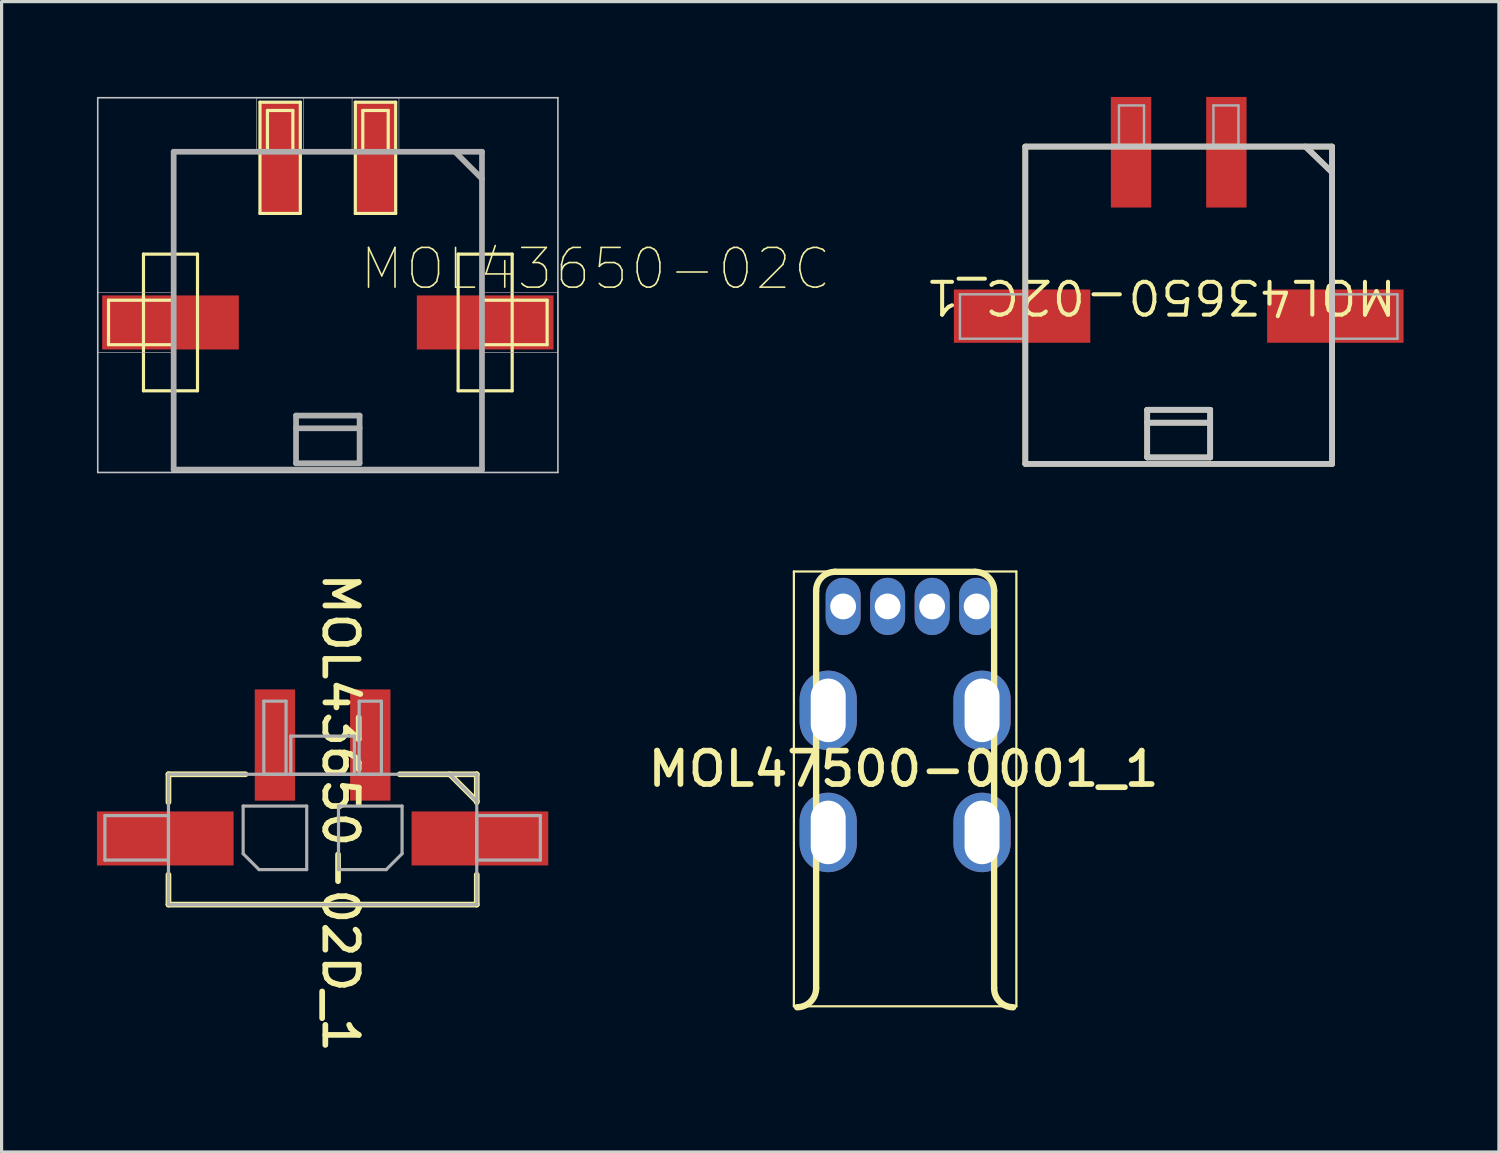
<source format=kicad_pcb>
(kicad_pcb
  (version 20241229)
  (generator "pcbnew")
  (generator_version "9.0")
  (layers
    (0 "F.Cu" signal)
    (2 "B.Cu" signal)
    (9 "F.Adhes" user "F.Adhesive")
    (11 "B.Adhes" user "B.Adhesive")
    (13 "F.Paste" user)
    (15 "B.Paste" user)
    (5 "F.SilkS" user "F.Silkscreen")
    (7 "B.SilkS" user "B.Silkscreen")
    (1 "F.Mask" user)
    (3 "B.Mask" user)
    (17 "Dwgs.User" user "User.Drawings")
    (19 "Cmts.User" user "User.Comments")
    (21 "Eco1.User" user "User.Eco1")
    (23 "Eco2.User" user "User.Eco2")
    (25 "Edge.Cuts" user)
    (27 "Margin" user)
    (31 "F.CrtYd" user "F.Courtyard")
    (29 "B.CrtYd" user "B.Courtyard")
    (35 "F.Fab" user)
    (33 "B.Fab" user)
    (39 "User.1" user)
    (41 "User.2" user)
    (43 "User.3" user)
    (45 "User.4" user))
  (footprint "MOL47500-0001_1"
    (layer "F.Cu")
    (at 25.577 23.14)
    (property "Reference" "MOL47500-0001_1" (at -0.2 -2 180) (layer "F.SilkS") (effects (font (size 1.05 1.104) (thickness 0.18))))
    (attr through_hole)
    (fp_line (start -3.65 -8.21) (end -3.65 5.47) (stroke (width 0.07) (type solid)) (layer "F.SilkS"))
    (fp_line (start -3.65 5.47) (end 3.35 5.47) (stroke (width 0.07) (type solid)) (layer "F.SilkS"))
    (fp_line (start -2.95 4.9) (end -2.95 -7.6) (stroke (width 0.2) (type solid)) (layer "F.SilkS"))
    (fp_line (start 2.05 -8.2) (end -2.35 -8.2) (stroke (width 0.2) (type solid)) (layer "F.SilkS"))
    (fp_line (start 2.65 4.9) (end 2.65 -7.6) (stroke (width 0.2) (type solid)) (layer "F.SilkS"))
    (fp_line (start 3.35 -8.21) (end -3.65 -8.21) (stroke (width 0.07) (type solid)) (layer "F.SilkS"))
    (fp_line (start 3.35 5.47) (end 3.35 -8.21) (stroke (width 0.07) (type solid)) (layer "F.SilkS"))
    (fp_arc (start -2.95 -7.6) (mid -2.774264 -8.024264) (end -2.35 -8.2) (stroke (width 0.2) (type solid)) (layer "F.SilkS"))
    (fp_arc (start -2.95 4.9) (mid -3.125736 5.324264) (end -3.55 5.5) (stroke (width 0.2) (type solid)) (layer "F.SilkS"))
    (fp_arc (start 2.05 -8.2) (mid 2.474264 -8.024264) (end 2.65 -7.6) (stroke (width 0.2) (type solid)) (layer "F.SilkS"))
    (fp_arc (start 3.25 5.5) (mid 2.825736 5.324264) (end 2.65 4.9) (stroke (width 0.2) (type solid)) (layer "F.SilkS"))
    (pad "1" thru_hole oval (at 2.1 -7.11) (size 1.1 1.8) (drill 0.813) (layers "*.Cu" "*.Mask"))
    (pad "2" thru_hole oval (at 0.7 -7.11) (size 1.1 1.8) (drill 0.813) (layers "*.Cu" "*.Mask"))
    (pad "3" thru_hole oval (at -0.7 -7.11) (size 1.1 1.8) (drill 0.813) (layers "*.Cu" "*.Mask"))
    (pad "4" thru_hole oval (at -2.1 -7.11) (size 1.1 1.8) (drill 0.813) (layers "*.Cu" "*.Mask"))
    (pad "5" thru_hole oval (at 2.27 -3.84) (size 1.8 2.5) (drill oval 1.1 2) (layers "*.Cu" "*.Mask"))
    (pad "6" thru_hole oval (at -2.57 -3.84) (size 1.8 2.5) (drill oval 1.1 2) (layers "*.Cu" "*.Mask"))
    (pad "7" thru_hole oval (at 2.27 0) (size 1.8 2.5) (drill oval 1.1 2) (layers "*.Cu" "*.Mask"))
    (pad "8" thru_hole oval (at -2.57 0) (size 1.8 2.5) (drill oval 1.1 2) (layers "*.Cu" "*.Mask")))
  (footprint "MOL43650-02D_1"
    (layer "F.Cu")
    (at 7.1 23.33)
    (property "Reference" "MOL43650-02D_1" (at 0.562 -0.812 270) (unlocked yes) (layer "F.SilkS") (effects (font (size 1.05 1.104) (thickness 0.18))))
    (attr smd)
    (fp_line (start -4.85 -2.02) (end -2.425 -2.02) (stroke (width 0.18) (type solid)) (layer "F.SilkS"))
    (fp_line (start -4.85 -1.14) (end -4.85 -2.02) (stroke (width 0.18) (type solid)) (layer "F.SilkS"))
    (fp_line (start -4.85 2.08) (end -4.85 1.14) (stroke (width 0.18) (type solid)) (layer "F.SilkS"))
    (fp_line (start -4.85 2.08) (end 4.85 2.08) (stroke (width 0.18) (type solid)) (layer "F.SilkS"))
    (fp_line (start 2.425 -2.02) (end 4.85 -2.02) (stroke (width 0.18) (type solid)) (layer "F.SilkS"))
    (fp_line (start 4 -2.02) (end 4.85 -1.17) (stroke (width 0.18) (type solid)) (layer "F.SilkS"))
    (fp_line (start 4.85 -1.14) (end 4.85 -2.02) (stroke (width 0.18) (type solid)) (layer "F.SilkS"))
    (fp_line (start 4.85 2.08) (end 4.85 1.14) (stroke (width 0.18) (type solid)) (layer "F.SilkS"))
    (fp_line (start -6.85 -0.72) (end -4.85 -0.72) (stroke (width 0.1) (type solid)) (layer "F.Fab"))
    (fp_line (start -6.85 0.68) (end -6.85 -0.72) (stroke (width 0.1) (type solid)) (layer "F.Fab"))
    (fp_line (start -6.85 0.68) (end -4.85 0.68) (stroke (width 0.1) (type solid)) (layer "F.Fab"))
    (fp_line (start -4.85 -2.02) (end 4.85 -2.02) (stroke (width 0.1) (type solid)) (layer "F.Fab"))
    (fp_line (start -4.85 0.68) (end -4.85 -0.72) (stroke (width 0.1) (type solid)) (layer "F.Fab"))
    (fp_line (start -4.85 2.08) (end -4.85 -2.02) (stroke (width 0.1) (type solid)) (layer "F.Fab"))
    (fp_line (start -4.85 2.08) (end 4.85 2.08) (stroke (width 0.1) (type solid)) (layer "F.Fab"))
    (fp_line (start -2.5 -1.02) (end -0.5 -1.02) (stroke (width 0.1) (type solid)) (layer "F.Fab"))
    (fp_line (start -2.5 0.48) (end -2.5 -1.02) (stroke (width 0.1) (type solid)) (layer "F.Fab"))
    (fp_line (start -2.5 0.48) (end -2 0.98) (stroke (width 0.1) (type solid)) (layer "F.Fab"))
    (fp_line (start -2 0.98) (end -0.5 0.98) (stroke (width 0.1) (type solid)) (layer "F.Fab"))
    (fp_line (start -1.85 -4.32) (end -1.15 -4.32) (stroke (width 0.1) (type solid)) (layer "F.Fab"))
    (fp_line (start -1.85 -2.02) (end -1.85 -4.32) (stroke (width 0.1) (type solid)) (layer "F.Fab"))
    (fp_line (start -1.85 -2.02) (end -1.15 -2.02) (stroke (width 0.1) (type solid)) (layer "F.Fab"))
    (fp_line (start -1.15 -2.02) (end -1.15 -4.32) (stroke (width 0.1) (type solid)) (layer "F.Fab"))
    (fp_line (start -1 -3.22) (end 1 -3.22) (stroke (width 0.1) (type solid)) (layer "F.Fab"))
    (fp_line (start -1 -2.02) (end -1 -3.22) (stroke (width 0.1) (type solid)) (layer "F.Fab"))
    (fp_line (start -1 -2.02) (end 1 -2.02) (stroke (width 0.1) (type solid)) (layer "F.Fab"))
    (fp_line (start -0.5 0.98) (end -0.5 -1.02) (stroke (width 0.1) (type solid)) (layer "F.Fab"))
    (fp_line (start 0.5 -1.02) (end 2.5 -1.02) (stroke (width 0.1) (type solid)) (layer "F.Fab"))
    (fp_line (start 0.5 0.98) (end 0.5 -1.02) (stroke (width 0.1) (type solid)) (layer "F.Fab"))
    (fp_line (start 0.5 0.98) (end 2 0.98) (stroke (width 0.1) (type solid)) (layer "F.Fab"))
    (fp_line (start 1 -2.02) (end 1 -3.22) (stroke (width 0.1) (type solid)) (layer "F.Fab"))
    (fp_line (start 1.15 -4.32) (end 1.85 -4.32) (stroke (width 0.1) (type solid)) (layer "F.Fab"))
    (fp_line (start 1.15 -2.02) (end 1.15 -4.32) (stroke (width 0.1) (type solid)) (layer "F.Fab"))
    (fp_line (start 1.15 -2.02) (end 1.85 -2.02) (stroke (width 0.1) (type solid)) (layer "F.Fab"))
    (fp_line (start 1.85 -2.02) (end 1.85 -4.32) (stroke (width 0.1) (type solid)) (layer "F.Fab"))
    (fp_line (start 2 0.98) (end 2.5 0.48) (stroke (width 0.1) (type solid)) (layer "F.Fab"))
    (fp_line (start 2.5 0.48) (end 2.5 -1.02) (stroke (width 0.1) (type solid)) (layer "F.Fab"))
    (fp_line (start 4 -2.02) (end 4.85 -1.17) (stroke (width 0.1) (type solid)) (layer "F.Fab"))
    (fp_line (start 4.85 -0.72) (end 6.85 -0.72) (stroke (width 0.1) (type solid)) (layer "F.Fab"))
    (fp_line (start 4.85 0.68) (end 4.85 -0.72) (stroke (width 0.1) (type solid)) (layer "F.Fab"))
    (fp_line (start 4.85 0.68) (end 6.85 0.68) (stroke (width 0.1) (type solid)) (layer "F.Fab"))
    (fp_line (start 4.85 2.08) (end 4.85 -2.02) (stroke (width 0.1) (type solid)) (layer "F.Fab"))
    (fp_line (start 6.85 0.68) (end 6.85 -0.72) (stroke (width 0.1) (type solid)) (layer "F.Fab"))
    (pad "1" smd rect (at 1.5 -2.94) (size 1.27 3.5) (layers "F.Cu" "F.Mask" "F.Paste"))
    (pad "2" smd rect (at -1.5 -2.94) (size 1.27 3.5) (layers "F.Cu" "F.Mask" "F.Paste"))
    (pad "3" smd rect (at -4.95 0 90) (size 1.7 4.3) (layers "F.Cu" "F.Mask" "F.Paste"))
    (pad "4" smd rect (at 4.95 0 90) (size 1.7 4.3) (layers "F.Cu" "F.Mask" "F.Paste")))
  (footprint "MOL43650-02C"
    (placed yes)
    (layer "F.Cu")
    (at 7.264 1.915)
    (property "Reference" "MOL43650-02C" (at 0.95 4.225 180) (layer "F.SilkS") (effects (font (size 1.25 1.25) (thickness 0.05)) (justify left bottom)))
    (attr through_hole)
    (fp_line (start -6.9 4.48) (end -4.85 4.48) (stroke (width 0.1) (type solid)) (layer "F.SilkS"))
    (fp_line (start -6.9 5.88) (end -6.9 4.48) (stroke (width 0.1) (type solid)) (layer "F.SilkS"))
    (fp_line (start -5.8 3.03) (end -5.8 7.33) (stroke (width 0.1) (type solid)) (layer "F.SilkS"))
    (fp_line (start -5.8 7.33) (end -4.1 7.33) (stroke (width 0.1) (type solid)) (layer "F.SilkS"))
    (fp_line (start -4.85 -0.19) (end -4.85 9.81) (stroke (width 0.1) (type solid)) (layer "F.SilkS"))
    (fp_line (start -4.85 4.48) (end -4.85 5.88) (stroke (width 0.1) (type solid)) (layer "F.SilkS"))
    (fp_line (start -4.85 5.88) (end -6.9 5.88) (stroke (width 0.1) (type solid)) (layer "F.SilkS"))
    (fp_line (start -4.85 9.81) (end 4.85 9.81) (stroke (width 0.1) (type solid)) (layer "F.SilkS"))
    (fp_line (start -4.1 3.03) (end -5.8 3.03) (stroke (width 0.1) (type solid)) (layer "F.SilkS"))
    (fp_line (start -4.1 7.33) (end -4.1 3.03) (stroke (width 0.1) (type solid)) (layer "F.SilkS"))
    (fp_line (start -2.135 -1.75) (end -2.135 1.75) (stroke (width 0.1) (type solid)) (layer "F.SilkS"))
    (fp_line (start -2.135 1.75) (end -0.865 1.75) (stroke (width 0.1) (type solid)) (layer "F.SilkS"))
    (fp_line (start -1.9 -1.49) (end -1.1 -1.49) (stroke (width 0.1) (type solid)) (layer "F.SilkS"))
    (fp_line (start -1.9 -0.19) (end -1.9 -1.49) (stroke (width 0.1) (type solid)) (layer "F.SilkS"))
    (fp_line (start -1.1 -1.49) (end -1.1 -0.19) (stroke (width 0.1) (type solid)) (layer "F.SilkS"))
    (fp_line (start -1 8.11) (end -1 9.61) (stroke (width 0.1) (type solid)) (layer "F.SilkS"))
    (fp_line (start -1 8.51) (end 1 8.51) (stroke (width 0.1) (type solid)) (layer "F.SilkS"))
    (fp_line (start -1 9.61) (end 1 9.61) (stroke (width 0.1) (type solid)) (layer "F.SilkS"))
    (fp_line (start -0.865 -1.75) (end -2.135 -1.75) (stroke (width 0.1) (type solid)) (layer "F.SilkS"))
    (fp_line (start -0.865 1.75) (end -0.865 -1.75) (stroke (width 0.1) (type solid)) (layer "F.SilkS"))
    (fp_line (start 0.865 -1.75) (end 0.865 1.75) (stroke (width 0.1) (type solid)) (layer "F.SilkS"))
    (fp_line (start 0.865 1.75) (end 2.135 1.75) (stroke (width 0.1) (type solid)) (layer "F.SilkS"))
    (fp_line (start 1 8.11) (end -1 8.11) (stroke (width 0.1) (type solid)) (layer "F.SilkS"))
    (fp_line (start 1 9.61) (end 1 8.11) (stroke (width 0.1) (type solid)) (layer "F.SilkS"))
    (fp_line (start 1.1 -1.49) (end 1.9 -1.49) (stroke (width 0.1) (type solid)) (layer "F.SilkS"))
    (fp_line (start 1.1 -0.19) (end 1.1 -1.49) (stroke (width 0.1) (type solid)) (layer "F.SilkS"))
    (fp_line (start 1.9 -1.49) (end 1.9 -0.19) (stroke (width 0.1) (type solid)) (layer "F.SilkS"))
    (fp_line (start 2.135 -1.75) (end 0.865 -1.75) (stroke (width 0.1) (type solid)) (layer "F.SilkS"))
    (fp_line (start 2.135 1.75) (end 2.135 -1.75) (stroke (width 0.1) (type solid)) (layer "F.SilkS"))
    (fp_line (start 4 -0.19) (end 4.85 0.66) (stroke (width 0.1) (type solid)) (layer "F.SilkS"))
    (fp_line (start 4.1 3.03) (end 4.1 7.33) (stroke (width 0.1) (type solid)) (layer "F.SilkS"))
    (fp_line (start 4.1 7.33) (end 5.8 7.33) (stroke (width 0.1) (type solid)) (layer "F.SilkS"))
    (fp_line (start 4.85 -0.19) (end -4.85 -0.19) (stroke (width 0.1) (type solid)) (layer "F.SilkS"))
    (fp_line (start 4.85 4.48) (end 6.9 4.48) (stroke (width 0.1) (type solid)) (layer "F.SilkS"))
    (fp_line (start 4.85 5.88) (end 4.85 4.48) (stroke (width 0.1) (type solid)) (layer "F.SilkS"))
    (fp_line (start 4.85 9.81) (end 4.85 -0.19) (stroke (width 0.1) (type solid)) (layer "F.SilkS"))
    (fp_line (start 5.8 3.03) (end 4.1 3.03) (stroke (width 0.1) (type solid)) (layer "F.SilkS"))
    (fp_line (start 5.8 7.33) (end 5.8 3.03) (stroke (width 0.1) (type solid)) (layer "F.SilkS"))
    (fp_line (start 6.9 4.48) (end 6.9 5.88) (stroke (width 0.1) (type solid)) (layer "F.SilkS"))
    (fp_line (start 6.9 5.88) (end 4.85 5.88) (stroke (width 0.1) (type solid)) (layer "F.SilkS"))
    (fp_line (start -7.239 -1.89) (end 7.239 -1.89) (stroke (width 0.05) (type solid)) (layer "Dwgs.User"))
    (fp_line (start -7.239 9.9) (end -7.239 -1.89) (stroke (width 0.05) (type solid)) (layer "Dwgs.User"))
    (fp_line (start 7.239 -1.89) (end 7.239 9.9) (stroke (width 0.05) (type solid)) (layer "Dwgs.User"))
    (fp_line (start 7.239 9.9) (end -7.239 9.9) (stroke (width 0.05) (type solid)) (layer "Dwgs.User"))
    (fp_line (start -4.85 -0.19) (end -4.85 9.81) (stroke (width 0.18) (type solid)) (layer "F.Fab"))
    (fp_line (start -4.85 9.81) (end 4.85 9.81) (stroke (width 0.18) (type solid)) (layer "F.Fab"))
    (fp_line (start -1 8.11) (end -1 9.61) (stroke (width 0.18) (type solid)) (layer "F.Fab"))
    (fp_line (start -1 8.51) (end 1 8.51) (stroke (width 0.18) (type solid)) (layer "F.Fab"))
    (fp_line (start -1 9.61) (end 1 9.61) (stroke (width 0.18) (type solid)) (layer "F.Fab"))
    (fp_line (start 1 8.11) (end -1 8.11) (stroke (width 0.18) (type solid)) (layer "F.Fab"))
    (fp_line (start 1 9.61) (end 1 8.11) (stroke (width 0.18) (type solid)) (layer "F.Fab"))
    (fp_line (start 4 -0.19) (end 4.85 0.66) (stroke (width 0.18) (type solid)) (layer "F.Fab"))
    (fp_line (start 4.85 -0.19) (end -4.85 -0.19) (stroke (width 0.18) (type solid)) (layer "F.Fab"))
    (fp_line (start 4.85 9.81) (end 4.85 -0.19) (stroke (width 0.18) (type solid)) (layer "F.Fab"))
    (fp_poly (pts (xy -1 9.61) (xy -1 8.11) (xy 1 8.11) (xy 1 9.61)) (stroke (width 0.02) (type solid)) (fill no) (layer "F.Fab"))
    (fp_poly (pts (xy -4.85 9.81) (xy -4.85 6.12) (xy -7.239 6.12) (xy -7.239 4.24) (xy -4.85 4.24) (xy -4.85 -0.19) (xy -2.237 -0.19) (xy -2.237 -1.89) (xy -0.763 -1.89) (xy -0.763 -0.19) (xy 0.763 -0.19) (xy 0.763 -1.89) (xy 2.237 -1.89) (xy 2.237 -0.19) (xy 4.85 -0.19) (xy 4.85 4.24) (xy 7.239 4.24) (xy 7.239 6.12) (xy 4.85 6.12) (xy 4.85 9.81)) (stroke (width 0.02) (type solid)) (fill no) (layer "F.Fab"))
    (pad "1" smd rect (at 1.5 0) (size 1.27 3.5) (layers "F.Cu" "F.Mask" "F.Paste"))
    (pad "2" smd rect (at -1.5 0) (size 1.27 3.5) (layers "F.Cu" "F.Mask" "F.Paste"))
    (pad "3" smd rect (at -4.95 5.18 90) (size 1.7 4.3) (layers "F.Cu" "F.Mask" "F.Paste"))
    (pad "4" smd rect (at 4.95 5.18 90) (size 1.7 4.3) (layers "F.Cu" "F.Mask" "F.Paste")))
  (footprint "MOL43650-02C_1"
    (layer "F.Cu")
    (at 34.035 1.74)
    (property "Reference" "MOL43650-02C_1" (at -0.559 4.547 180) (unlocked yes) (layer "F.SilkS") (effects (font (size 1.033 1.087) (thickness 0.127))))
    (attr smd)
    (fp_line (start -4.826 -0.178) (end 4.826 -0.178) (stroke (width 0.178) (type solid)) (layer "F.SilkS"))
    (fp_line (start -4.826 9.804) (end -4.826 -0.178) (stroke (width 0.178) (type solid)) (layer "F.SilkS"))
    (fp_line (start -4.826 9.804) (end 4.826 9.804) (stroke (width 0.178) (type solid)) (layer "F.SilkS"))
    (fp_line (start -0.991 8.103) (end 0.991 8.103) (stroke (width 0.178) (type solid)) (layer "F.SilkS"))
    (fp_line (start -0.991 8.509) (end 0.991 8.509) (stroke (width 0.178) (type solid)) (layer "F.SilkS"))
    (fp_line (start -0.991 9.601) (end -0.991 8.103) (stroke (width 0.178) (type solid)) (layer "F.SilkS"))
    (fp_line (start -0.991 9.601) (end 0.991 9.601) (stroke (width 0.178) (type solid)) (layer "F.SilkS"))
    (fp_line (start 0.991 9.601) (end 0.991 8.103) (stroke (width 0.178) (type solid)) (layer "F.SilkS"))
    (fp_line (start 3.988 -0.178) (end 4.826 0.635) (stroke (width 0.178) (type solid)) (layer "F.SilkS"))
    (fp_line (start 4.826 9.804) (end 4.826 -0.178) (stroke (width 0.178) (type solid)) (layer "F.SilkS"))
    (fp_line (start -4.826 -0.178) (end 4.826 -0.178) (stroke (width 0.178) (type solid)) (layer "Dwgs.User"))
    (fp_line (start -4.826 9.804) (end -4.826 -0.178) (stroke (width 0.178) (type solid)) (layer "Dwgs.User"))
    (fp_line (start -4.826 9.804) (end 4.826 9.804) (stroke (width 0.178) (type solid)) (layer "Dwgs.User"))
    (fp_line (start -0.991 8.103) (end 0.991 8.103) (stroke (width 0.178) (type solid)) (layer "Dwgs.User"))
    (fp_line (start -0.991 8.509) (end 0.991 8.509) (stroke (width 0.178) (type solid)) (layer "Dwgs.User"))
    (fp_line (start -0.991 9.601) (end -0.991 8.103) (stroke (width 0.178) (type solid)) (layer "Dwgs.User"))
    (fp_line (start -0.991 9.601) (end 0.991 9.601) (stroke (width 0.178) (type solid)) (layer "Dwgs.User"))
    (fp_line (start 0.991 9.601) (end 0.991 8.103) (stroke (width 0.178) (type solid)) (layer "Dwgs.User"))
    (fp_line (start 3.988 -0.178) (end 4.826 0.635) (stroke (width 0.178) (type solid)) (layer "Dwgs.User"))
    (fp_line (start 4.826 9.804) (end 4.826 -0.178) (stroke (width 0.178) (type solid)) (layer "Dwgs.User"))
    (fp_line (start -6.883 4.47) (end -4.826 4.47) (stroke (width 0.076) (type solid)) (layer "F.Fab"))
    (fp_line (start -6.883 5.867) (end -6.883 4.47) (stroke (width 0.076) (type solid)) (layer "F.Fab"))
    (fp_line (start -6.883 5.867) (end -4.826 5.867) (stroke (width 0.076) (type solid)) (layer "F.Fab"))
    (fp_line (start -4.826 -0.178) (end 4.826 -0.178) (stroke (width 0.076) (type solid)) (layer "F.Fab"))
    (fp_line (start -4.826 5.867) (end -4.826 4.47) (stroke (width 0.076) (type solid)) (layer "F.Fab"))
    (fp_line (start -4.826 9.804) (end -4.826 -0.178) (stroke (width 0.076) (type solid)) (layer "F.Fab"))
    (fp_line (start -4.826 9.804) (end 4.826 9.804) (stroke (width 0.076) (type solid)) (layer "F.Fab"))
    (fp_line (start -1.88 -1.473) (end -1.092 -1.473) (stroke (width 0.076) (type solid)) (layer "F.Fab"))
    (fp_line (start -1.88 -0.178) (end -1.88 -1.473) (stroke (width 0.076) (type solid)) (layer "F.Fab"))
    (fp_line (start -1.092 -0.178) (end -1.092 -1.473) (stroke (width 0.076) (type solid)) (layer "F.Fab"))
    (fp_line (start -0.991 8.103) (end 0.991 8.103) (stroke (width 0.076) (type solid)) (layer "F.Fab"))
    (fp_line (start -0.991 8.509) (end 0.991 8.509) (stroke (width 0.076) (type solid)) (layer "F.Fab"))
    (fp_line (start -0.991 9.601) (end -0.991 8.103) (stroke (width 0.076) (type solid)) (layer "F.Fab"))
    (fp_line (start -0.991 9.601) (end 0.991 9.601) (stroke (width 0.076) (type solid)) (layer "F.Fab"))
    (fp_line (start 0.991 9.601) (end 0.991 8.103) (stroke (width 0.076) (type solid)) (layer "F.Fab"))
    (fp_line (start 1.092 -1.473) (end 1.88 -1.473) (stroke (width 0.076) (type solid)) (layer "F.Fab"))
    (fp_line (start 1.092 -0.178) (end 1.092 -1.473) (stroke (width 0.076) (type solid)) (layer "F.Fab"))
    (fp_line (start 1.88 -0.178) (end 1.88 -1.473) (stroke (width 0.076) (type solid)) (layer "F.Fab"))
    (fp_line (start 3.988 -0.178) (end 4.826 0.635) (stroke (width 0.076) (type solid)) (layer "F.Fab"))
    (fp_line (start 4.826 4.47) (end 6.883 4.47) (stroke (width 0.076) (type solid)) (layer "F.Fab"))
    (fp_line (start 4.826 5.867) (end 4.826 4.47) (stroke (width 0.076) (type solid)) (layer "F.Fab"))
    (fp_line (start 4.826 5.867) (end 6.883 5.867) (stroke (width 0.076) (type solid)) (layer "F.Fab"))
    (fp_line (start 4.826 9.804) (end 4.826 -0.178) (stroke (width 0.076) (type solid)) (layer "F.Fab"))
    (fp_line (start 6.883 5.867) (end 6.883 4.47) (stroke (width 0.076) (type solid)) (layer "F.Fab"))
    (pad "1" smd rect (at 1.499 0) (size 1.27 3.48) (layers "F.Cu" "F.Mask" "F.Paste"))
    (pad "2" smd rect (at -1.499 0) (size 1.27 3.48) (layers "F.Cu" "F.Mask" "F.Paste"))
    (pad "3" smd rect (at -4.928 5.156 90) (size 1.676 4.293) (layers "F.Cu" "F.Mask" "F.Paste"))
    (pad "4" smd rect (at 4.928 5.156 90) (size 1.676 4.293) (layers "F.Cu" "F.Mask" "F.Paste")))
  (gr_rect
    (start -3 -3)
    (end 44.109 33.195)
    (stroke (width 0.1) (type default))
    (fill no)
    (layer "Edge.Cuts")))
</source>
